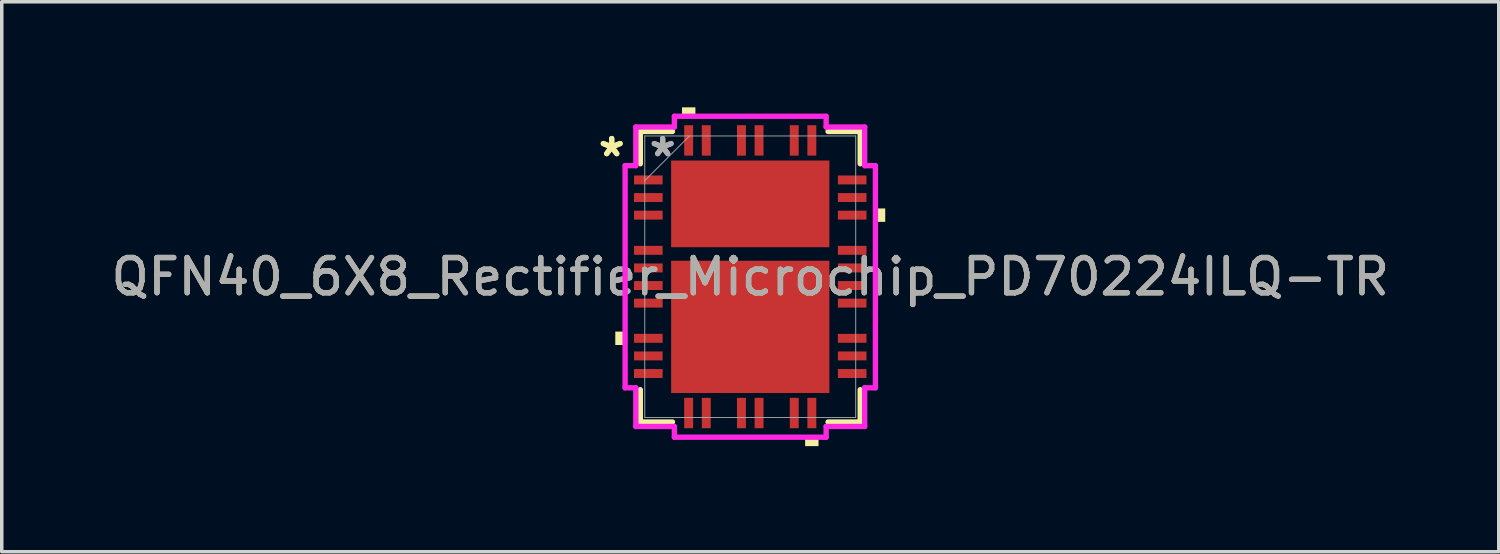
<source format=kicad_pcb>
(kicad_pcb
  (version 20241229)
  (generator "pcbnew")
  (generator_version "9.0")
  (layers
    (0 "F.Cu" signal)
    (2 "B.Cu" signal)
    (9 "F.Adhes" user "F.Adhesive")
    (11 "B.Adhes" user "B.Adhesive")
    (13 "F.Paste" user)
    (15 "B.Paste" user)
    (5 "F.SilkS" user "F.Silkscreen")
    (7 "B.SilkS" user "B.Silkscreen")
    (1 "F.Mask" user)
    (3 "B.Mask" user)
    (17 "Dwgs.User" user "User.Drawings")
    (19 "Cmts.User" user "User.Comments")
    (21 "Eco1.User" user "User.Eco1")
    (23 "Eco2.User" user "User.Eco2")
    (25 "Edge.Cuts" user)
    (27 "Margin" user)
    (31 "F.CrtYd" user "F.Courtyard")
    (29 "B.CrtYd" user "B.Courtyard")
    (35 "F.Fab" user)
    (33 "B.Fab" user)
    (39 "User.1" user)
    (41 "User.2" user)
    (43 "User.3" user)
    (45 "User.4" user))
  (footprint "QFN40_6X8_Rectifier_Microchip_PD70224ILQ-TR"
    (layer "F.Cu")
    (at 18.268 4.813)
    (property "Reference" "QFN40_6X8_Rectifier_Microchip_PD70224ILQ-TR" (at 0 0 0) (unlocked yes) (layer "F.SilkS") (effects (font (size 1 1) (thickness 0.15))))
    (attr smd)
    (fp_line (start -3.124 -4.128) (end -3.124 -3.21) (stroke (width 0.152) (type solid)) (layer "F.SilkS"))
    (fp_line (start -3.124 3.21) (end -3.124 4.128) (stroke (width 0.152) (type solid)) (layer "F.SilkS"))
    (fp_line (start -3.124 4.128) (end -2.21 4.128) (stroke (width 0.152) (type solid)) (layer "F.SilkS"))
    (fp_line (start -2.21 -4.128) (end -3.124 -4.128) (stroke (width 0.152) (type solid)) (layer "F.SilkS"))
    (fp_line (start 2.21 4.128) (end 3.124 4.128) (stroke (width 0.152) (type solid)) (layer "F.SilkS"))
    (fp_line (start 3.124 -4.128) (end 2.21 -4.128) (stroke (width 0.152) (type solid)) (layer "F.SilkS"))
    (fp_line (start 3.124 -3.21) (end 3.124 -4.128) (stroke (width 0.152) (type solid)) (layer "F.SilkS"))
    (fp_line (start 3.124 4.128) (end 3.124 3.21) (stroke (width 0.152) (type solid)) (layer "F.SilkS"))
    (fp_poly (pts (xy -3.835 1.559) (xy -3.835 1.94) (xy -3.581 1.94) (xy -3.581 1.559)) (stroke (width 0) (type solid)) (fill yes) (layer "F.SilkS"))
    (fp_poly (pts (xy -1.94 -4.559) (xy -1.94 -4.813) (xy -1.559 -4.813) (xy -1.559 -4.559)) (stroke (width 0) (type solid)) (fill yes) (layer "F.SilkS"))
    (fp_poly (pts (xy 1.559 4.559) (xy 1.559 4.813) (xy 1.94 4.813) (xy 1.94 4.559)) (stroke (width 0) (type solid)) (fill yes) (layer "F.SilkS"))
    (fp_poly (pts (xy 3.835 -1.94) (xy 3.835 -1.559) (xy 3.581 -1.559) (xy 3.581 -1.94)) (stroke (width 0) (type solid)) (fill yes) (layer "F.SilkS"))
    (fp_line (start -3.556 -3.156) (end -3.251 -3.156) (stroke (width 0.152) (type solid)) (layer "F.CrtYd"))
    (fp_line (start -3.556 3.156) (end -3.556 -3.156) (stroke (width 0.152) (type solid)) (layer "F.CrtYd"))
    (fp_line (start -3.251 -4.255) (end -2.156 -4.255) (stroke (width 0.152) (type solid)) (layer "F.CrtYd"))
    (fp_line (start -3.251 -3.156) (end -3.251 -4.255) (stroke (width 0.152) (type solid)) (layer "F.CrtYd"))
    (fp_line (start -3.251 3.156) (end -3.556 3.156) (stroke (width 0.152) (type solid)) (layer "F.CrtYd"))
    (fp_line (start -3.251 4.255) (end -3.251 3.156) (stroke (width 0.152) (type solid)) (layer "F.CrtYd"))
    (fp_line (start -3.251 4.255) (end -2.156 4.255) (stroke (width 0.152) (type solid)) (layer "F.CrtYd"))
    (fp_line (start -2.156 -4.559) (end 2.156 -4.559) (stroke (width 0.152) (type solid)) (layer "F.CrtYd"))
    (fp_line (start -2.156 -4.255) (end -2.156 -4.559) (stroke (width 0.152) (type solid)) (layer "F.CrtYd"))
    (fp_line (start -2.156 4.255) (end -2.156 4.559) (stroke (width 0.152) (type solid)) (layer "F.CrtYd"))
    (fp_line (start -2.156 4.559) (end 2.156 4.559) (stroke (width 0.152) (type solid)) (layer "F.CrtYd"))
    (fp_line (start 2.156 -4.559) (end 2.156 -4.255) (stroke (width 0.152) (type solid)) (layer "F.CrtYd"))
    (fp_line (start 2.156 -4.255) (end 3.251 -4.255) (stroke (width 0.152) (type solid)) (layer "F.CrtYd"))
    (fp_line (start 2.156 4.255) (end 3.251 4.255) (stroke (width 0.152) (type solid)) (layer "F.CrtYd"))
    (fp_line (start 2.156 4.559) (end 2.156 4.255) (stroke (width 0.152) (type solid)) (layer "F.CrtYd"))
    (fp_line (start 3.251 -3.156) (end 3.251 -4.255) (stroke (width 0.152) (type solid)) (layer "F.CrtYd"))
    (fp_line (start 3.251 3.156) (end 3.556 3.156) (stroke (width 0.152) (type solid)) (layer "F.CrtYd"))
    (fp_line (start 3.251 4.255) (end 3.251 3.156) (stroke (width 0.152) (type solid)) (layer "F.CrtYd"))
    (fp_line (start 3.556 -3.156) (end 3.251 -3.156) (stroke (width 0.152) (type solid)) (layer "F.CrtYd"))
    (fp_line (start 3.556 3.156) (end 3.556 -3.156) (stroke (width 0.152) (type solid)) (layer "F.CrtYd"))
    (fp_line (start -2.997 -4) (end -2.997 4) (stroke (width 0.025) (type solid)) (layer "F.Fab"))
    (fp_line (start -2.997 -2.731) (end -1.727 -4) (stroke (width 0.025) (type solid)) (layer "F.Fab"))
    (fp_line (start -2.997 4) (end 2.997 4) (stroke (width 0.025) (type solid)) (layer "F.Fab"))
    (fp_line (start 2.997 -4) (end -2.997 -4) (stroke (width 0.025) (type solid)) (layer "F.Fab"))
    (fp_line (start 2.997 4) (end 2.997 -4) (stroke (width 0.025) (type solid)) (layer "F.Fab"))
    (fp_text user "*" (at -3.937 -3.381 0) (unlocked yes) (layer "F.SilkS") (effects (font (size 1 1) (thickness 0.15))))
    (fp_text user "*" (at -3.937 -3.381 0) (layer "F.SilkS") (effects (font (size 1 1) (thickness 0.15))))
    (fp_text user "*" (at -2.489 -3.381 0) (layer "F.Fab") (effects (font (size 1 1) (thickness 0.15))))
    (fp_text user "${REFERENCE}" (at 0 0 0) (unlocked yes) (layer "F.Fab") (effects (font (size 1 1) (thickness 0.15))))
    (fp_text user "*" (at -2.489 -3.381 0) (unlocked yes) (layer "F.Fab") (effects (font (size 1 1) (thickness 0.15))))
    (pad "1" smd rect (at -2.896 -2.75 90) (size 0.254 0.813) (layers "F.Cu" "F.Mask" "F.Paste"))
    (pad "2" smd rect (at -2.896 -2.25 90) (size 0.254 0.813) (layers "F.Cu" "F.Mask" "F.Paste"))
    (pad "3" smd rect (at -2.896 -1.75 90) (size 0.254 0.813) (layers "F.Cu" "F.Mask" "F.Paste"))
    (pad "5" smd rect (at -2.896 -0.75 90) (size 0.254 0.813) (layers "F.Cu" "F.Mask" "F.Paste"))
    (pad "6" smd rect (at -2.896 -0.25 90) (size 0.254 0.813) (layers "F.Cu" "F.Mask" "F.Paste"))
    (pad "7" smd rect (at -2.896 0.25 90) (size 0.254 0.813) (layers "F.Cu" "F.Mask" "F.Paste"))
    (pad "8" smd rect (at -2.896 0.75 90) (size 0.254 0.813) (layers "F.Cu" "F.Mask" "F.Paste"))
    (pad "10" smd rect (at -2.896 1.75 90) (size 0.254 0.813) (layers "F.Cu" "F.Mask" "F.Paste"))
    (pad "11" smd rect (at -2.896 2.25 90) (size 0.254 0.813) (layers "F.Cu" "F.Mask" "F.Paste"))
    (pad "12" smd rect (at -2.896 2.75 90) (size 0.254 0.813) (layers "F.Cu" "F.Mask" "F.Paste"))
    (pad "13" smd rect (at -1.75 3.873) (size 0.254 0.864) (layers "F.Cu" "F.Mask" "F.Paste"))
    (pad "14" smd rect (at -1.25 3.873) (size 0.254 0.864) (layers "F.Cu" "F.Mask" "F.Paste"))
    (pad "16" smd rect (at -0.25 3.873) (size 0.254 0.864) (layers "F.Cu" "F.Mask" "F.Paste"))
    (pad "17" smd rect (at 0.25 3.873) (size 0.254 0.864) (layers "F.Cu" "F.Mask" "F.Paste"))
    (pad "19" smd rect (at 1.25 3.873) (size 0.254 0.864) (layers "F.Cu" "F.Mask" "F.Paste"))
    (pad "20" smd rect (at 1.75 3.873) (size 0.254 0.864) (layers "F.Cu" "F.Mask" "F.Paste"))
    (pad "21" smd rect (at 2.896 2.75 90) (size 0.254 0.813) (layers "F.Cu" "F.Mask" "F.Paste"))
    (pad "22" smd rect (at 2.896 2.25 90) (size 0.254 0.813) (layers "F.Cu" "F.Mask" "F.Paste"))
    (pad "23" smd rect (at 2.896 1.75 90) (size 0.254 0.813) (layers "F.Cu" "F.Mask" "F.Paste"))
    (pad "25" smd rect (at 2.896 0.75 90) (size 0.254 0.813) (layers "F.Cu" "F.Mask" "F.Paste"))
    (pad "26" smd rect (at 2.896 0.25 90) (size 0.254 0.813) (layers "F.Cu" "F.Mask" "F.Paste"))
    (pad "27" smd rect (at 2.896 -0.25 90) (size 0.254 0.813) (layers "F.Cu" "F.Mask" "F.Paste"))
    (pad "28" smd rect (at 2.896 -0.75 90) (size 0.254 0.813) (layers "F.Cu" "F.Mask" "F.Paste"))
    (pad "30" smd rect (at 2.896 -1.75 90) (size 0.254 0.813) (layers "F.Cu" "F.Mask" "F.Paste"))
    (pad "31" smd rect (at 2.896 -2.25 90) (size 0.254 0.813) (layers "F.Cu" "F.Mask" "F.Paste"))
    (pad "32" smd rect (at 2.896 -2.75 90) (size 0.254 0.813) (layers "F.Cu" "F.Mask" "F.Paste"))
    (pad "33" smd rect (at 1.75 -3.873) (size 0.254 0.864) (layers "F.Cu" "F.Mask" "F.Paste"))
    (pad "34" smd rect (at 1.25 -3.873) (size 0.254 0.864) (layers "F.Cu" "F.Mask" "F.Paste"))
    (pad "36" smd rect (at 0.25 -3.873) (size 0.254 0.864) (layers "F.Cu" "F.Mask" "F.Paste"))
    (pad "37" smd rect (at -0.25 -3.873) (size 0.254 0.864) (layers "F.Cu" "F.Mask" "F.Paste"))
    (pad "39" smd rect (at -1.25 -3.873) (size 0.254 0.864) (layers "F.Cu" "F.Mask" "F.Paste"))
    (pad "40" smd rect (at -1.75 -3.873) (size 0.254 0.864) (layers "F.Cu" "F.Mask" "F.Paste"))
    (pad "EPAD1" smd rect (at 0 -2.07) (size 4.496 2.464) (layers "F.Cu" "F.Mask" "F.Paste"))
    (pad "EPAD2" smd rect (at 0 1.425) (size 4.496 3.759) (layers "F.Cu" "F.Mask" "F.Paste")))
  (gr_rect
    (start -3 -3)
    (end 39.536 12.627)
    (stroke (width 0.1) (type default))
    (fill no)
    (layer "Edge.Cuts")))
</source>
